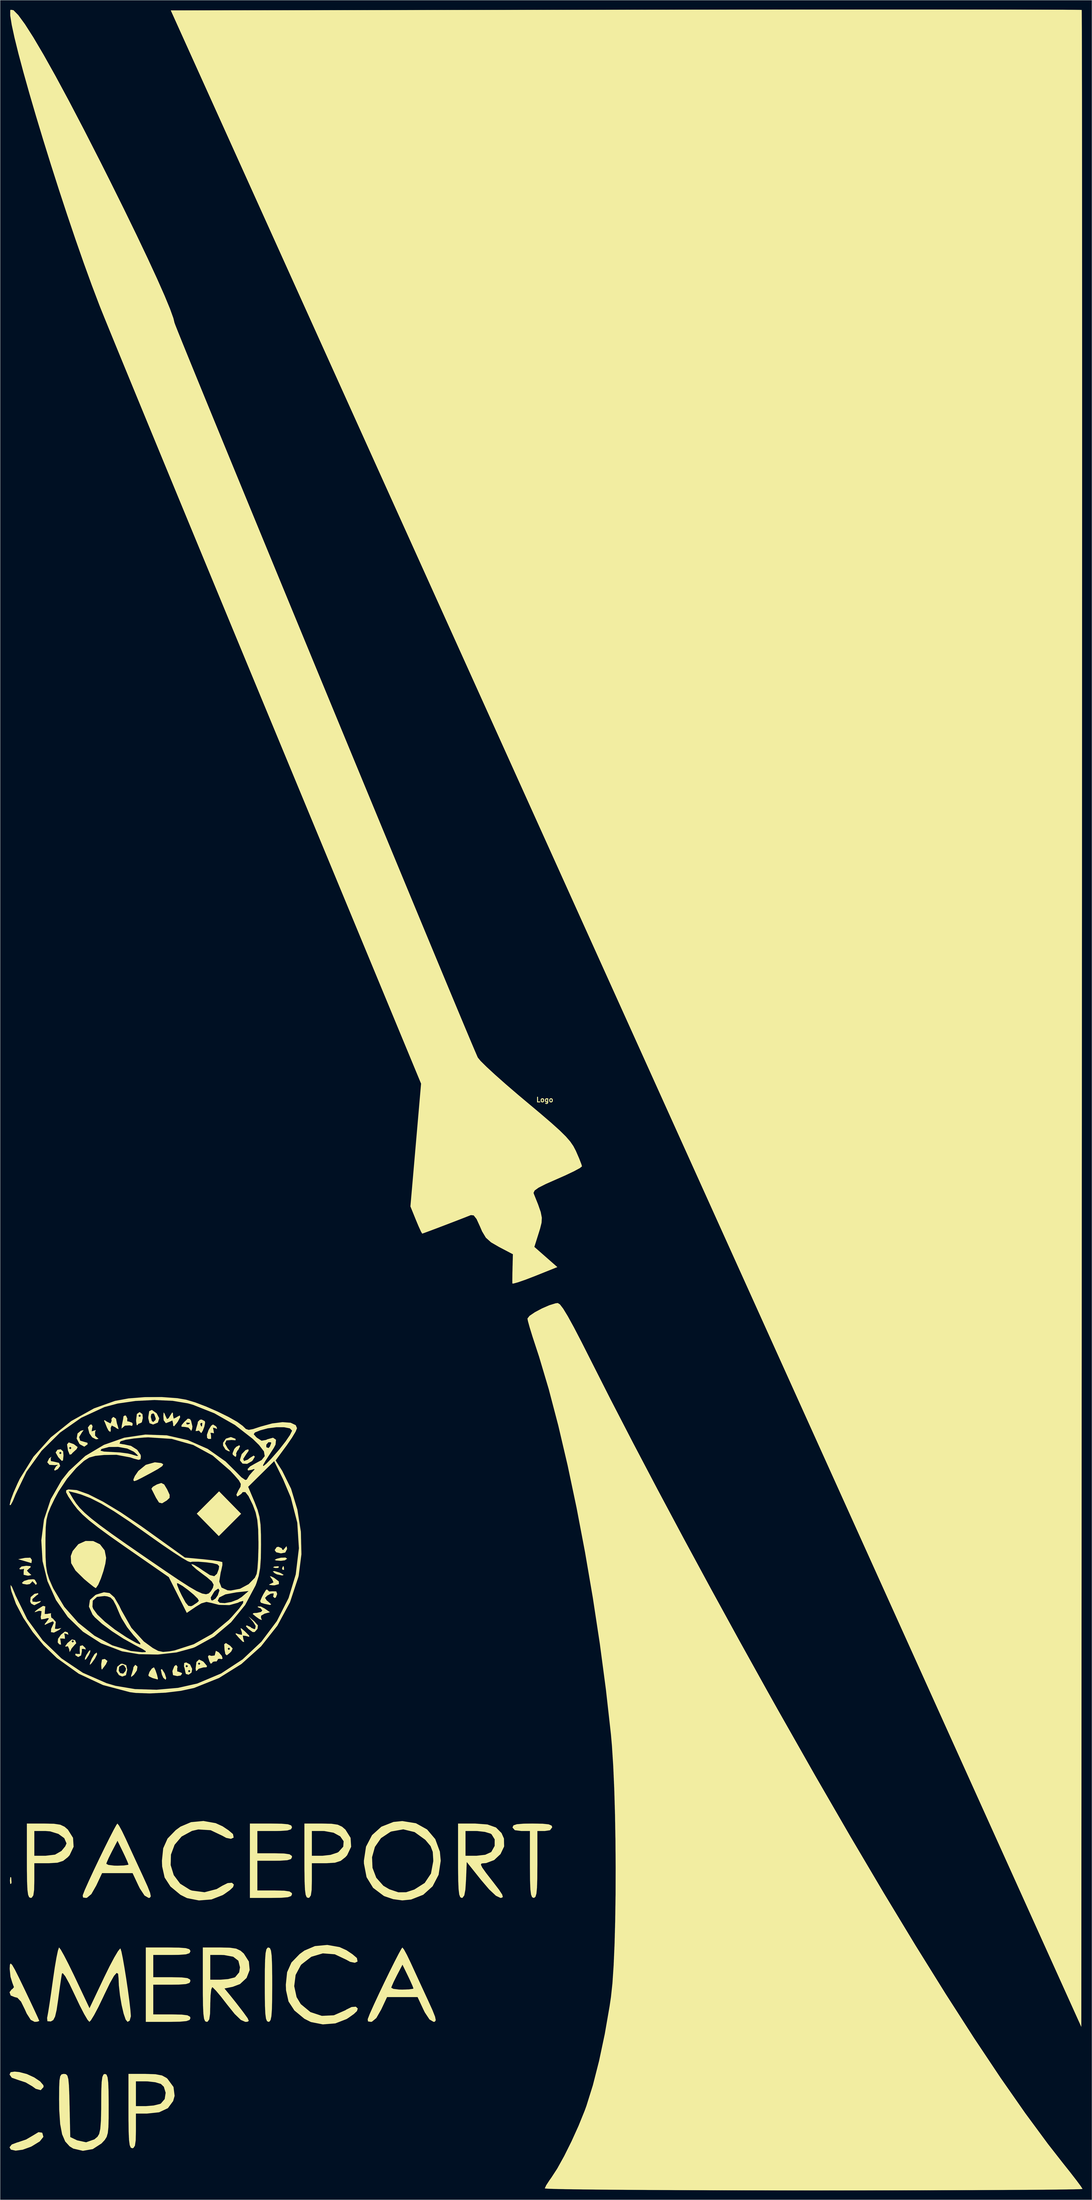
<source format=kicad_pcb>
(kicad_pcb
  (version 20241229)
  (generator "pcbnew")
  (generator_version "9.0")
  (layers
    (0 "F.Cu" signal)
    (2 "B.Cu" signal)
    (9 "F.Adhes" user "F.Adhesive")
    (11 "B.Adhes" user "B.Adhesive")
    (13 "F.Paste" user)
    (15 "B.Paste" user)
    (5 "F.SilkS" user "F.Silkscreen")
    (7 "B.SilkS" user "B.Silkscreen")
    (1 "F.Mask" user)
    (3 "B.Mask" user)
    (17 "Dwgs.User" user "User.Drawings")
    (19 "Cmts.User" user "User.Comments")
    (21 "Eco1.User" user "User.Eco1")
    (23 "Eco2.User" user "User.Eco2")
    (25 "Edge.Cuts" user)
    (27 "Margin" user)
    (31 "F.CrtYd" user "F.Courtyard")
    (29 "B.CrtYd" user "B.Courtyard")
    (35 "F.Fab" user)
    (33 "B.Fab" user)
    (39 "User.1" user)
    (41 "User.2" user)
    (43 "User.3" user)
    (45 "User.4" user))
  (footprint "Logo"
    (layer "F.Cu")
    (at 171.455 349.125)
    (property "Reference" "Logo" (at 0 0 0) (layer "F.SilkS") (effects (font (size 1.524 1.524) (thickness 0.3))))
    (attr through_hole)
    (fp_poly (pts (xy -170.924 249.039) (xy -170.819 250.664) (xy -170.924 251.023) (xy -171.214 251.123) (xy -171.325 250.031) (xy -171.2 248.904) (xy -170.924 249.039)) (stroke (width 0.01) (type solid)) (fill yes) (layer "F.SilkS"))
    (fp_poly (pts (xy -100.806 128.984) (xy -97.278 132.579) (xy -104.422 139.723) (xy -107.95 136.128) (xy -111.478 132.533) (xy -104.334 125.39) (xy -100.806 128.984)) (stroke (width 0.01) (type solid)) (fill yes) (layer "F.SilkS"))
    (fp_poly (pts (xy -85.146 149.539) (xy -85.383 149.9) (xy -86.188 149.956) (xy -87.035 149.762) (xy -86.668 149.477) (xy -85.427 149.382) (xy -85.146 149.539)) (stroke (width 0.01) (type solid)) (fill yes) (layer "F.SilkS"))
    (fp_poly (pts (xy -83.608 149.49) (xy -83.513 150.432) (xy -83.608 150.548) (xy -84.08 150.439) (xy -84.138 150.019) (xy -83.847 149.365) (xy -83.608 149.49)) (stroke (width 0.01) (type solid)) (fill yes) (layer "F.SilkS"))
    (fp_poly (pts (xy -164.306 147.351) (xy -164.422 148.287) (xy -164.505 148.352) (xy -165.325 148.101) (xy -166.688 147.705) (xy -168.672 147.137) (xy -166.489 146.703) (xy -164.795 146.64) (xy -164.306 147.351)) (stroke (width 0.01) (type solid)) (fill yes) (layer "F.SilkS"))
    (fp_poly (pts (xy -145.603 176.796) (xy -146.05 177.8) (xy -146.87 179.047) (xy -147.296 179.387) (xy -147.291 178.804) (xy -146.844 177.8) (xy -146.024 176.553) (xy -145.597 176.213) (xy -145.603 176.796)) (stroke (width 0.01) (type solid)) (fill yes) (layer "F.SilkS"))
    (fp_poly (pts (xy -121.831 183.557) (xy -121.709 183.811) (xy -121.258 185.207) (xy -121.465 185.738) (xy -122.204 185.082) (xy -122.653 184.09) (xy -122.982 182.498) (xy -122.647 182.302) (xy -121.831 183.557)) (stroke (width 0.01) (type solid)) (fill yes) (layer "F.SilkS"))
    (fp_poly (pts (xy -85.087 151.381) (xy -84.534 151.606) (xy -83.64 152.148) (xy -84.138 152.332) (xy -85.832 151.957) (xy -86.519 151.606) (xy -87.142 151.011) (xy -86.565 150.936) (xy -85.087 151.381)) (stroke (width 0.01) (type solid)) (fill yes) (layer "F.SilkS"))
    (fp_poly (pts (xy -82.55 146.954) (xy -83.23 147.468) (xy -84.534 147.637) (xy -86.028 147.533) (xy -86.519 147.333) (xy -85.845 146.976) (xy -84.534 146.649) (xy -83.059 146.595) (xy -82.55 146.954)) (stroke (width 0.01) (type solid)) (fill yes) (layer "F.SilkS"))
    (fp_poly (pts (xy -143.414 177.566) (xy -144.092 178.919) (xy -144.139 178.991) (xy -145.144 180.395) (xy -145.727 180.975) (xy -145.655 180.357) (xy -145.112 178.991) (xy -144.227 177.533) (xy -143.523 177.006) (xy -143.414 177.566)) (stroke (width 0.01) (type solid)) (fill yes) (layer "F.SilkS"))
    (fp_poly (pts (xy -140.87 179.108) (xy -140.09 179.713) (xy -140.582 180.785) (xy -140.646 180.869) (xy -141.554 182.079) (xy -141.857 182.496) (xy -142.02 182.074) (xy -142.081 180.735) (xy -141.839 179.251) (xy -140.997 179.063) (xy -140.87 179.108)) (stroke (width 0.01) (type solid)) (fill yes) (layer "F.SilkS"))
    (fp_poly (pts (xy -130.473 181.52) (xy -130.675 182.764) (xy -131.606 184.118) (xy -131.649 184.159) (xy -132.508 184.851) (xy -132.473 184.302) (xy -132.31 183.861) (xy -131.844 182.296) (xy -131.762 181.704) (xy -131.219 180.987) (xy -131.101 180.975) (xy -130.473 181.52)) (stroke (width 0.01) (type solid)) (fill yes) (layer "F.SilkS"))
    (fp_poly (pts (xy -125.157 181.792) (xy -124.717 182.669) (xy -124.236 184.07) (xy -123.932 185.285) (xy -123.97 185.645) (xy -124.85 185.393) (xy -125.611 185.19) (xy -126.78 184.632) (xy -126.988 184.29) (xy -126.615 183.204) (xy -125.861 182.136) (xy -125.212 181.753) (xy -125.157 181.792)) (stroke (width 0.01) (type solid)) (fill yes) (layer "F.SilkS"))
    (fp_poly (pts (xy -97.631 110.981) (xy -98.214 112.151) (xy -98.438 112.324) (xy -98.896 113.275) (xy -98.788 113.561) (xy -98.905 114.252) (xy -99.172 114.3) (xy -99.934 113.665) (xy -100.013 113.207) (xy -99.453 111.815) (xy -98.822 111.125) (xy -97.833 110.622) (xy -97.631 110.981)) (stroke (width 0.01) (type solid)) (fill yes) (layer "F.SilkS"))
    (fp_poly (pts (xy -117.638 181.555) (xy -117.758 182.156) (xy -117.732 183.071) (xy -117.347 183.148) (xy -116.307 183.533) (xy -116.185 183.753) (xy -116.611 184.359) (xy -117.724 184.547) (xy -119.075 184.249) (xy -119.27 183.062) (xy -119.219 182.761) (xy -118.656 181.367) (xy -118.091 180.975) (xy -117.638 181.555)) (stroke (width 0.01) (type solid)) (fill yes) (layer "F.SilkS"))
    (fp_poly (pts (xy -87.554 152.662) (xy -86.717 153.092) (xy -85.203 154.234) (xy -85.167 155.103) (xy -86.573 155.487) (xy -87.114 155.483) (xy -88.346 155.333) (xy -88.019 155.062) (xy -87.866 155.02) (xy -86.905 154.536) (xy -87.295 153.611) (xy -87.469 153.394) (xy -88.057 152.572) (xy -87.554 152.662)) (stroke (width 0.01) (type solid)) (fill yes) (layer "F.SilkS"))
    (fp_poly (pts (xy -82.565 143.689) (xy -82.562 143.867) (xy -83.141 144.988) (xy -84.534 145.256) (xy -86.053 144.892) (xy -86.519 144.198) (xy -85.881 143.261) (xy -85.328 143.14) (xy -84.265 143.604) (xy -84.125 143.999) (xy -83.79 144.197) (xy -83.344 143.669) (xy -82.729 142.939) (xy -82.565 143.689)) (stroke (width 0.01) (type solid)) (fill yes) (layer "F.SilkS"))
    (fp_poly (pts (xy -163.375 153.676) (xy -162.754 154.744) (xy -162.731 155.027) (xy -163.041 155.34) (xy -163.512 154.781) (xy -164.146 154.158) (xy -164.294 154.413) (xy -164.97 155.081) (xy -165.894 155.235) (xy -167.185 155.012) (xy -167.481 154.704) (xy -166.819 154.102) (xy -165.358 153.646) (xy -163.886 153.532) (xy -163.375 153.676)) (stroke (width 0.01) (type solid)) (fill yes) (layer "F.SilkS"))
    (fp_poly (pts (xy -148.134 106.373) (xy -148.233 106.474) (xy -149.159 108.013) (xy -148.819 109.165) (xy -147.591 109.537) (xy -146.493 109.843) (xy -146.447 110.331) (xy -147.505 111.083) (xy -148.904 110.33) (xy -149.066 110.172) (xy -149.948 108.493) (xy -149.661 106.856) (xy -148.63 106.004) (xy -147.724 105.771) (xy -148.134 106.373)) (stroke (width 0.01) (type solid)) (fill yes) (layer "F.SilkS"))
    (fp_poly (pts (xy -147.165 175.541) (xy -147.067 176.081) (xy -147.568 175.859) (xy -148.283 175.836) (xy -148.286 176.646) (xy -148.536 177.944) (xy -149.449 178.451) (xy -150.384 177.851) (xy -150.308 177.348) (xy -149.721 177.475) (xy -148.901 177.459) (xy -148.979 176.275) (xy -148.898 174.921) (xy -148.06 174.689) (xy -147.165 175.541)) (stroke (width 0.01) (type solid)) (fill yes) (layer "F.SilkS"))
    (fp_poly (pts (xy -99.074 108.571) (xy -99.044 109.045) (xy -100.349 108.95) (xy -101.971 109.085) (xy -102.432 110.084) (xy -101.597 111.598) (xy -101.441 111.76) (xy -100.812 112.591) (xy -101.388 112.515) (xy -102.273 112.01) (xy -103.043 110.753) (xy -103.058 109.848) (xy -102.141 108.513) (xy -100.551 108.008) (xy -99.074 108.571)) (stroke (width 0.01) (type solid)) (fill yes) (layer "F.SilkS"))
    (fp_poly (pts (xy -168.312 311.362) (xy -165.924 311.983) (xy -163.562 313.066) (xy -161.647 314.352) (xy -160.6 315.582) (xy -160.547 316.143) (xy -161.459 317.147) (xy -163.05 316.716) (xy -164.164 315.91) (xy -166.283 314.668) (xy -168.729 313.865) (xy -170.73 313.161) (xy -171.45 312.148) (xy -171.102 311.393) (xy -169.817 311.213) (xy -168.312 311.362)) (stroke (width 0.01) (type solid)) (fill yes) (layer "F.SilkS"))
    (fp_poly (pts (xy -162.231 158.312) (xy -162.917 158.814) (xy -164.143 159.902) (xy -164.099 160.703) (xy -162.868 160.82) (xy -162.52 160.736) (xy -161.392 160.497) (xy -161.646 160.865) (xy -161.925 161.067) (xy -163.532 161.851) (xy -164.516 161.325) (xy -164.844 160.654) (xy -164.676 159.258) (xy -163.45 158.219) (xy -162.322 157.993) (xy -162.231 158.312)) (stroke (width 0.01) (type solid)) (fill yes) (layer "F.SilkS"))
    (fp_poly (pts (xy -144.846 104.577) (xy -145.019 105.302) (xy -145.152 106.193) (xy -144.475 105.973) (xy -143.802 105.75) (xy -144.045 106.329) (xy -144.045 107.559) (xy -143.572 108.027) (xy -142.94 108.593) (xy -143.74 108.732) (xy -144.984 108.09) (xy -145.869 106.839) (xy -146.352 104.947) (xy -145.661 104.047) (xy -145.149 103.981) (xy -144.846 104.577)) (stroke (width 0.01) (type solid)) (fill yes) (layer "F.SilkS"))
    (fp_poly (pts (xy -122.854 116.341) (xy -122.218 116.721) (xy -122.518 117.306) (xy -123.929 118.259) (xy -126.258 119.548) (xy -129.008 121.011) (xy -130.645 121.834) (xy -131.457 122.123) (xy -131.733 121.982) (xy -131.762 121.551) (xy -131.314 120.501) (xy -130.229 118.915) (xy -130.188 118.862) (xy -127.801 116.904) (xy -124.914 116.096) (xy -122.854 116.341)) (stroke (width 0.01) (type solid)) (fill yes) (layer "F.SilkS"))
    (fp_poly (pts (xy -121.918 123.188) (xy -120.963 124.781) (xy -120.167 126.507) (xy -120.186 127.471) (xy -121.046 128.288) (xy -121.105 128.332) (xy -122.595 129.225) (xy -123.567 128.985) (xy -124.538 127.447) (xy -124.664 127.198) (xy -125.513 125.514) (xy -126.003 124.557) (xy -125.557 123.941) (xy -124.252 123.189) (xy -122.84 122.724) (xy -121.918 123.188)) (stroke (width 0.01) (type solid)) (fill yes) (layer "F.SilkS"))
    (fp_poly (pts (xy -161.061 330.758) (xy -160.95 330.858) (xy -160.612 332.097) (xy -161.757 333.547) (xy -164.307 335.115) (xy -164.661 335.286) (xy -167.247 336.217) (xy -169.5 336.519) (xy -171.024 336.181) (xy -171.45 335.448) (xy -170.744 334.559) (xy -168.974 333.884) (xy -168.752 333.839) (xy -166.154 332.96) (xy -163.933 331.664) (xy -162.187 330.603) (xy -161.061 330.758)) (stroke (width 0.01) (type solid)) (fill yes) (layer "F.SilkS"))
    (fp_poly (pts (xy -154.283 112.599) (xy -154.17 113.903) (xy -154.328 115.474) (xy -154.71 115.64) (xy -155.754 114.541) (xy -155.851 114.434) (xy -156.596 113.109) (xy -155.575 113.109) (xy -155.178 113.506) (xy -154.781 113.109) (xy -155.178 112.713) (xy -155.575 113.109) (xy -156.596 113.109) (xy -156.681 112.959) (xy -156.103 112.083) (xy -155.055 111.919) (xy -154.283 112.599)) (stroke (width 0.01) (type solid)) (fill yes) (layer "F.SilkS"))
    (fp_poly (pts (xy -152.881 170.539) (xy -152.771 170.699) (xy -152.592 171.316) (xy -153.206 171.046) (xy -153.922 170.868) (xy -153.766 171.676) (xy -153.707 172.591) (xy -154.434 172.512) (xy -155.236 172.526) (xy -155.102 173.346) (xy -154.947 174.494) (xy -155.546 174.369) (xy -156.021 173.751) (xy -155.917 172.623) (xy -154.974 171.29) (xy -153.679 170.288) (xy -152.881 170.539)) (stroke (width 0.01) (type solid)) (fill yes) (layer "F.SilkS"))
    (fp_poly (pts (xy -158.284 114.895) (xy -158.2 115.71) (xy -157.256 115.888) (xy -155.593 116.282) (xy -155.221 117.262) (xy -155.981 118.276) (xy -156.956 118.765) (xy -157.162 118.432) (xy -156.549 117.379) (xy -156.17 117.135) (xy -156.027 116.895) (xy -156.963 116.995) (xy -158.665 116.902) (xy -159.362 116.075) (xy -158.767 114.867) (xy -158.723 114.826) (xy -158.048 114.312) (xy -158.284 114.895)) (stroke (width 0.01) (type solid)) (fill yes) (layer "F.SilkS"))
    (fp_poly (pts (xy -134.131 101.211) (xy -133.681 102.175) (xy -133.793 102.468) (xy -133.671 103.029) (xy -133.31 103.009) (xy -132.213 103.412) (xy -131.994 103.783) (xy -132.165 104.427) (xy -132.967 104.263) (xy -134.505 104.356) (xy -135.086 104.858) (xy -135.571 105.291) (xy -135.491 104.332) (xy -135.414 103.981) (xy -135.062 102.233) (xy -134.948 101.355) (xy -134.438 101.07) (xy -134.131 101.211)) (stroke (width 0.01) (type solid)) (fill yes) (layer "F.SilkS"))
    (fp_poly (pts (xy -105.35 104.558) (xy -105.096 104.898) (xy -104.995 105.433) (xy -105.581 105.164) (xy -106.289 104.986) (xy -106.11 105.877) (xy -105.978 106.807) (xy -106.506 106.67) (xy -107.094 106.644) (xy -106.919 107.423) (xy -106.889 108.584) (xy -107.719 108.618) (xy -108.161 108.268) (xy -108.222 107.279) (xy -107.69 105.743) (xy -106.89 104.406) (xy -106.282 103.981) (xy -105.35 104.558)) (stroke (width 0.01) (type solid)) (fill yes) (layer "F.SilkS"))
    (fp_poly (pts (xy -100.785 174.84) (xy -100.774 174.849) (xy -99.987 175.719) (xy -100.397 176.616) (xy -100.894 177.126) (xy -101.858 177.906) (xy -102.32 177.494) (xy -102.575 176.134) (xy -102.594 175.816) (xy -101.6 175.816) (xy -101.203 176.213) (xy -100.806 175.816) (xy -101.203 175.419) (xy -101.6 175.816) (xy -102.594 175.816) (xy -102.683 174.359) (xy -102.149 173.971) (xy -100.785 174.84)) (stroke (width 0.01) (type solid)) (fill yes) (layer "F.SilkS"))
    (fp_poly (pts (xy -94.863 112.403) (xy -95.651 113.511) (xy -96.607 115.013) (xy -96.349 115.683) (xy -95.149 115.25) (xy -94.461 114.701) (xy -93.236 113.936) (xy -92.866 114.293) (xy -93.554 115.446) (xy -93.821 115.729) (xy -95.35 116.593) (xy -96.809 116.507) (xy -97.604 115.545) (xy -97.631 115.252) (xy -97.093 113.488) (xy -95.846 112.188) (xy -94.968 111.919) (xy -94.863 112.403)) (stroke (width 0.01) (type solid)) (fill yes) (layer "F.SilkS"))
    (fp_poly (pts (xy -93.07 167.006) (xy -91.899 168.31) (xy -92.008 169.361) (xy -92.175 169.586) (xy -92.933 170.442) (xy -93.563 170.455) (xy -94.756 169.6) (xy -94.9 169.491) (xy -95.727 168.624) (xy -95.495 168.3) (xy -94.226 168.86) (xy -94.051 169.082) (xy -93.068 169.519) (xy -92.762 169.4) (xy -92.608 168.504) (xy -93.412 167.204) (xy -94.853 165.497) (xy -93.07 167.006)) (stroke (width 0.01) (type solid)) (fill yes) (layer "F.SilkS"))
    (fp_poly (pts (xy -164.703 149.355) (xy -164.739 149.767) (xy -165.1 150.031) (xy -165.892 150.778) (xy -165.259 151.488) (xy -165.1 151.594) (xy -164.467 152.184) (xy -165.246 152.379) (xy -165.67 152.388) (xy -166.934 152.108) (xy -166.925 151.08) (xy -166.925 151.079) (xy -166.813 150.183) (xy -167.346 150.332) (xy -168.171 150.387) (xy -168.275 150.066) (xy -167.591 149.46) (xy -166.092 149.237) (xy -164.703 149.355)) (stroke (width 0.01) (type solid)) (fill yes) (layer "F.SilkS"))
    (fp_poly (pts (xy -150.986 110.24) (xy -150.773 110.352) (xy -149.647 111.208) (xy -149.969 111.887) (xy -150.005 111.91) (xy -151.337 113.129) (xy -151.595 113.488) (xy -152.18 113.648) (xy -152.731 112.297) (xy -152.848 111.522) (xy -152.4 111.522) (xy -152.003 111.919) (xy -151.606 111.522) (xy -152.003 111.125) (xy -152.4 111.522) (xy -152.848 111.522) (xy -153.022 110.366) (xy -152.488 109.726) (xy -150.986 110.24)) (stroke (width 0.01) (type solid)) (fill yes) (layer "F.SilkS"))
    (fp_poly (pts (xy -109.438 179.875) (xy -109.158 180.162) (xy -108.194 181.322) (xy -108.361 181.723) (xy -109.348 181.769) (xy -110.862 182.191) (xy -111.393 182.761) (xy -111.724 182.939) (xy -111.844 182.166) (xy -111.65 180.578) (xy -111.125 180.578) (xy -110.728 180.975) (xy -110.331 180.578) (xy -110.728 180.181) (xy -111.125 180.578) (xy -111.65 180.578) (xy -111.585 180.045) (xy -110.732 179.244) (xy -109.438 179.875)) (stroke (width 0.01) (type solid)) (fill yes) (layer "F.SilkS"))
    (fp_poly (pts (xy -90.939 162.279) (xy -89.713 162.934) (xy -88.042 164.104) (xy -89.741 164.549) (xy -90.867 165.206) (xy -90.917 165.84) (xy -90.63 166.616) (xy -91.42 166.303) (xy -92.519 165.522) (xy -93.561 164.651) (xy -93.252 164.368) (xy -92.273 164.331) (xy -90.879 164.012) (xy -90.487 163.512) (xy -91.108 162.764) (xy -91.414 162.719) (xy -91.974 162.425) (xy -91.862 162.241) (xy -90.939 162.279)) (stroke (width 0.01) (type solid)) (fill yes) (layer "F.SilkS"))
    (fp_poly (pts (xy -144.644 141.316) (xy -142.479 142.351) (xy -140.977 144.305) (xy -140.511 146.69) (xy -140.76 148.544) (xy -141.375 150.918) (xy -142.19 153.327) (xy -143.034 155.287) (xy -143.74 156.314) (xy -143.884 156.369) (xy -144.596 155.896) (xy -146.127 154.677) (xy -147.559 153.474) (xy -150.321 150.752) (xy -151.713 148.384) (xy -151.835 146.125) (xy -151.236 144.514) (xy -149.41 142.319) (xy -147.083 141.28) (xy -144.644 141.316)) (stroke (width 0.01) (type solid)) (fill yes) (layer "F.SilkS"))
    (fp_poly (pts (xy -128.877 100.673) (xy -128.765 101.94) (xy -129.074 103.268) (xy -129.482 103.522) (xy -130.221 103.788) (xy -130.441 104.175) (xy -130.722 104.188) (xy -130.894 102.933) (xy -130.906 102.592) (xy -130.738 101.203) (xy -130.175 101.203) (xy -129.778 101.6) (xy -129.381 101.203) (xy -129.778 100.806) (xy -130.175 101.203) (xy -130.738 101.203) (xy -130.67 100.635) (xy -129.79 100.013) (xy -129.787 100.013) (xy -128.877 100.673)) (stroke (width 0.01) (type solid)) (fill yes) (layer "F.SilkS"))
    (fp_poly (pts (xy -97.087 169.344) (xy -96.078 170.228) (xy -94.739 171.546) (xy -94.647 172) (xy -95.782 171.685) (xy -95.785 171.684) (xy -96.727 171.583) (xy -96.603 172.503) (xy -96.287 173.64) (xy -96.74 173.549) (xy -98.057 172.212) (xy -98.059 172.21) (xy -99.039 171.073) (xy -98.939 170.845) (xy -98.044 171.157) (xy -96.99 171.354) (xy -97.044 170.479) (xy -97.131 170.243) (xy -97.457 169.252) (xy -97.087 169.344)) (stroke (width 0.01) (type solid)) (fill yes) (layer "F.SilkS"))
    (fp_poly (pts (xy -134.071 181.067) (xy -133.747 182.496) (xy -134.169 184.272) (xy -135.348 184.695) (xy -136.405 184.24) (xy -137.217 182.999) (xy -137.183 182.819) (xy -136.471 182.819) (xy -136.017 183.599) (xy -135.046 183.784) (xy -134.276 182.876) (xy -134.144 182.119) (xy -134.78 181.107) (xy -135.334 180.975) (xy -136.333 181.567) (xy -136.471 182.819) (xy -137.183 182.819) (xy -136.949 181.56) (xy -135.812 180.643) (xy -135.324 180.578) (xy -134.071 181.067)) (stroke (width 0.01) (type solid)) (fill yes) (layer "F.SilkS"))
    (fp_poly (pts (xy -104.486 176.918) (xy -104.378 177.006) (xy -103.47 178.069) (xy -103.199 178.949) (xy -103.663 179.149) (xy -103.981 178.991) (xy -104.712 179.08) (xy -104.775 179.387) (xy -105.237 179.928) (xy -105.501 179.826) (xy -106.357 179.99) (xy -106.546 180.335) (xy -107.002 180.597) (xy -107.407 179.878) (xy -107.895 178.305) (xy -107.573 177.862) (xy -106.759 178.087) (xy -105.742 177.955) (xy -105.569 177.281) (xy -105.358 176.459) (xy -104.486 176.918)) (stroke (width 0.01) (type solid)) (fill yes) (layer "F.SilkS"))
    (fp_poly (pts (xy -150.481 173.052) (xy -150.079 174.025) (xy -150.502 174.46) (xy -151.556 175.669) (xy -151.821 176.213) (xy -152.193 176.857) (xy -152.337 175.977) (xy -152.337 175.967) (xy -152.762 174.985) (xy -153.392 175.111) (xy -153.655 175.035) (xy -152.958 174.067) (xy -152.855 173.949) (xy -152.233 173.434) (xy -151.606 173.434) (xy -151.209 173.831) (xy -150.812 173.434) (xy -151.209 173.037) (xy -151.606 173.434) (xy -152.233 173.434) (xy -151.479 172.811) (xy -150.481 173.052)) (stroke (width 0.01) (type solid)) (fill yes) (layer "F.SilkS"))
    (fp_poly (pts (xy -113.663 102.24) (xy -113.303 102.786) (xy -112.878 104.613) (xy -112.964 105.395) (xy -113.292 106.088) (xy -113.414 105.767) (xy -114.163 104.979) (xy -115.217 104.775) (xy -116.376 104.694) (xy -116.342 104.183) (xy -115.716 103.452) (xy -114.829 103.452) (xy -114.72 103.924) (xy -114.3 103.981) (xy -113.647 103.691) (xy -113.771 103.452) (xy -114.713 103.357) (xy -114.829 103.452) (xy -115.716 103.452) (xy -115.464 103.158) (xy -114.339 102.105) (xy -113.663 102.24)) (stroke (width 0.01) (type solid)) (fill yes) (layer "F.SilkS"))
    (fp_poly (pts (xy -137.341 102.156) (xy -137.319 102.329) (xy -137.062 103.631) (xy -136.773 104.512) (xy -136.511 105.49) (xy -137.099 105.246) (xy -137.567 104.876) (xy -138.71 104.307) (xy -139.065 105.115) (xy -139 105.767) (xy -139.159 106.389) (xy -139.744 105.943) (xy -140.244 104.973) (xy -140.894 103.355) (xy -141.165 102.791) (xy -141.014 102.572) (xy -140.249 103.086) (xy -139.104 103.656) (xy -138.747 102.849) (xy -138.812 102.195) (xy -138.307 101.619) (xy -138.113 101.6) (xy -137.341 102.156)) (stroke (width 0.01) (type solid)) (fill yes) (layer "F.SilkS"))
    (fp_poly (pts (xy -124.357 100.388) (xy -124.312 100.432) (xy -123.504 102.005) (xy -123.939 103.372) (xy -125.43 103.98) (xy -125.497 103.981) (xy -126.608 103.565) (xy -126.99 102.071) (xy -127 101.6) (xy -126.993 101.553) (xy -126.206 101.553) (xy -125.882 102.868) (xy -125.412 103.188) (xy -124.701 102.548) (xy -124.619 102.044) (xy -125.103 100.692) (xy -125.412 100.409) (xy -126.037 100.652) (xy -126.206 101.553) (xy -126.993 101.553) (xy -126.716 99.727) (xy -125.845 99.327) (xy -124.357 100.388)) (stroke (width 0.01) (type solid)) (fill yes) (layer "F.SilkS"))
    (fp_poly (pts (xy -108.913 102.922) (xy -108.8 103.386) (xy -109.059 104.682) (xy -109.55 105.97) (xy -110.035 106.743) (xy -110.275 106.514) (xy -110.812 105.896) (xy -111.26 106.049) (xy -111.85 106.088) (xy -111.657 105.237) (xy -111.286 103.981) (xy -110.331 103.981) (xy -110.041 104.635) (xy -109.802 104.51) (xy -109.707 103.568) (xy -109.802 103.452) (xy -110.274 103.561) (xy -110.331 103.981) (xy -111.286 103.981) (xy -111.199 103.685) (xy -111.125 103.123) (xy -110.481 102.476) (xy -109.934 102.394) (xy -108.913 102.922)) (stroke (width 0.01) (type solid)) (fill yes) (layer "F.SilkS"))
    (fp_poly (pts (xy -119.111 100.405) (xy -119.087 101.102) (xy -118.871 102.104) (xy -118.035 101.732) (xy -117.872 101.6) (xy -116.915 101.084) (xy -116.8 101.644) (xy -117.521 103.014) (xy -117.897 103.538) (xy -118.762 104.571) (xy -119.041 104.336) (xy -119.062 103.639) (xy -119.296 102.682) (xy -120.128 103.083) (xy -121.376 103.565) (xy -122.078 102.625) (xy -122.182 101.269) (xy -122.091 100.109) (xy -121.791 100.489) (xy -121.519 101.168) (xy -121 102.263) (xy -120.502 101.981) (xy -120.011 101.168) (xy -119.326 100.102) (xy -119.111 100.405)) (stroke (width 0.01) (type solid)) (fill yes) (layer "F.SilkS"))
    (fp_poly (pts (xy -113.624 180.836) (xy -112.96 182.256) (xy -113.154 183.428) (xy -114.088 184.102) (xy -114.949 183.872) (xy -115.094 183.421) (xy -115.185 182.959) (xy -114.3 182.959) (xy -113.903 183.356) (xy -113.506 182.959) (xy -113.903 182.562) (xy -114.3 182.959) (xy -115.185 182.959) (xy -115.356 182.091) (xy -115.576 181.437) (xy -115.571 181.372) (xy -115.094 181.372) (xy -114.697 181.769) (xy -114.3 181.372) (xy -114.697 180.975) (xy -115.094 181.372) (xy -115.571 181.372) (xy -115.506 180.368) (xy -114.867 180.181) (xy -113.624 180.836)) (stroke (width 0.01) (type solid)) (fill yes) (layer "F.SilkS"))
    (fp_poly (pts (xy -88.037 271.678) (xy -87.708 272.473) (xy -87.493 274.068) (xy -87.371 276.683) (xy -87.319 280.539) (xy -87.312 283.369) (xy -87.334 288.029) (xy -87.414 291.322) (xy -87.573 293.47) (xy -87.835 294.692) (xy -88.22 295.21) (xy -88.503 295.275) (xy -88.969 295.059) (xy -89.298 294.264) (xy -89.513 292.669) (xy -89.635 290.054) (xy -89.687 286.198) (xy -89.694 283.369) (xy -89.672 278.709) (xy -89.593 275.415) (xy -89.433 273.268) (xy -89.172 272.045) (xy -88.786 271.527) (xy -88.503 271.462) (xy -88.037 271.678)) (stroke (width 0.01) (type solid)) (fill yes) (layer "F.SilkS"))
    (fp_poly (pts (xy -88.905 156.89) (xy -88.273 157.469) (xy -87.312 157.392) (xy -86.012 157.445) (xy -85.725 158.261) (xy -86.15 159.375) (xy -86.566 159.544) (xy -87.04 159.057) (xy -86.916 158.75) (xy -86.848 158.049) (xy -87.777 158.165) (xy -88.9 158.777) (xy -89.613 159.511) (xy -89.085 160.321) (xy -88.55 160.749) (xy -87.639 161.578) (xy -88.011 161.782) (xy -89.771 161.409) (xy -89.892 161.378) (xy -90.92 161.059) (xy -91.161 160.528) (xy -90.647 159.306) (xy -90.096 158.245) (xy -89.306 156.968) (xy -88.914 156.795) (xy -88.905 156.89)) (stroke (width 0.01) (type solid)) (fill yes) (layer "F.SilkS"))
    (fp_poly (pts (xy -170.605 277.056) (xy -169.746 278.537) (xy -168.42 281.172) (xy -166.635 284.87) (xy -164.923 288.465) (xy -163.489 291.513) (xy -162.458 293.746) (xy -161.955 294.897) (xy -161.925 294.99) (xy -162.589 295.227) (xy -163.407 295.275) (xy -164.661 294.633) (xy -165.952 292.613) (xy -166.538 291.306) (xy -167.774 288.79) (xy -168.926 287.567) (xy -169.819 287.337) (xy -171.075 286.836) (xy -171.448 285.785) (xy -170.746 284.868) (xy -170.542 284.786) (xy -170.032 284.166) (xy -170.542 282.788) (xy -171.139 280.854) (xy -171.398 278.37) (xy -171.397 278.063) (xy -171.327 276.966) (xy -171.097 276.582) (xy -170.605 277.056)) (stroke (width 0.01) (type solid)) (fill yes) (layer "F.SilkS"))
    (fp_poly (pts (xy -0.711 231.831) (xy 1.245 232.035) (xy 2.179 232.438) (xy 2.381 232.966) (xy 1.671 233.911) (xy 0 234.156) (xy -2.381 234.156) (xy -2.381 244.872) (xy -2.406 249.262) (xy -2.499 252.297) (xy -2.684 254.207) (xy -2.989 255.223) (xy -3.437 255.576) (xy -3.572 255.588) (xy -4.06 255.361) (xy -4.397 254.529) (xy -4.609 252.86) (xy -4.722 250.122) (xy -4.761 246.085) (xy -4.763 244.872) (xy -4.763 234.156) (xy -7.541 234.156) (xy -9.595 233.898) (xy -10.314 233.074) (xy -10.319 232.966) (xy -10.02 232.355) (xy -8.934 231.988) (xy -6.781 231.813) (xy -3.969 231.775) (xy -0.711 231.831)) (stroke (width 0.01) (type solid)) (fill yes) (layer "F.SilkS"))
    (fp_poly (pts (xy -84.336 231.826) (xy -82.272 232.011) (xy -81.239 232.379) (xy -80.963 232.966) (xy -81.289 233.613) (xy -82.464 233.983) (xy -84.779 234.139) (xy -86.519 234.156) (xy -92.075 234.156) (xy -92.075 241.3) (xy -86.519 241.3) (xy -83.5 241.37) (xy -81.772 241.622) (xy -81.044 242.118) (xy -80.963 242.491) (xy -81.289 243.138) (xy -82.464 243.508) (xy -84.779 243.664) (xy -86.519 243.681) (xy -92.075 243.681) (xy -92.075 253.206) (xy -86.519 253.206) (xy -83.5 253.276) (xy -81.772 253.528) (xy -81.044 254.024) (xy -80.963 254.397) (xy -81.251 254.992) (xy -82.299 255.356) (xy -84.385 255.539) (xy -87.709 255.588) (xy -94.456 255.588) (xy -94.456 231.775) (xy -87.709 231.775) (xy -84.336 231.826)) (stroke (width 0.01) (type solid)) (fill yes) (layer "F.SilkS"))
    (fp_poly (pts (xy -117.165 271.509) (xy -114.994 271.678) (xy -113.866 272.016) (xy -113.51 272.567) (xy -113.506 272.653) (xy -113.818 273.281) (xy -114.945 273.65) (xy -117.174 273.816) (xy -119.459 273.844) (xy -125.412 273.844) (xy -125.412 280.988) (xy -119.459 280.988) (xy -116.319 281.05) (xy -114.476 281.275) (xy -113.643 281.721) (xy -113.506 282.178) (xy -113.818 282.806) (xy -114.945 283.175) (xy -117.174 283.341) (xy -119.459 283.369) (xy -125.412 283.369) (xy -125.412 292.894) (xy -119.459 292.894) (xy -116.319 292.956) (xy -114.476 293.182) (xy -113.643 293.627) (xy -113.506 294.084) (xy -113.785 294.665) (xy -114.801 295.027) (xy -116.826 295.215) (xy -120.131 295.274) (xy -120.65 295.275) (xy -127.794 295.275) (xy -127.794 271.462) (xy -120.65 271.462) (xy -117.165 271.509)) (stroke (width 0.01) (type solid)) (fill yes) (layer "F.SilkS"))
    (fp_poly (pts (xy -124.724 312.052) (xy -122.624 312.445) (xy -121.188 313.222) (xy -120.862 313.504) (xy -118.934 316.132) (xy -118.576 318.973) (xy -119.044 320.631) (xy -120.725 322.911) (xy -123.537 324.232) (xy -127.434 324.644) (xy -130.969 324.644) (xy -130.969 330.2) (xy -131.039 333.219) (xy -131.291 334.947) (xy -131.787 335.675) (xy -132.159 335.756) (xy -132.625 335.54) (xy -132.955 334.745) (xy -133.169 333.151) (xy -133.292 330.536) (xy -133.344 326.68) (xy -133.35 323.85) (xy -133.35 314.325) (xy -130.969 314.325) (xy -130.969 322.262) (xy -127.742 322.262) (xy -125.269 322.063) (xy -123.264 321.571) (xy -122.979 321.441) (xy -121.753 320.008) (xy -121.436 317.977) (xy -122.027 316.053) (xy -122.979 315.147) (xy -124.761 314.612) (xy -127.21 314.335) (xy -127.742 314.325) (xy -130.969 314.325) (xy -133.35 314.325) (xy -133.35 311.944) (xy -127.943 311.944) (xy -124.724 312.052)) (stroke (width 0.01) (type solid)) (fill yes) (layer "F.SilkS"))
    (fp_poly (pts (xy -159.993 162.256) (xy -160.111 163.524) (xy -160.186 164.665) (xy -159.302 164.65) (xy -159.112 164.58) (xy -158.138 164.431) (xy -158.218 164.882) (xy -158.073 165.827) (xy -157.5 166.204) (xy -156.634 167.223) (xy -156.763 168.266) (xy -156.904 169.41) (xy -156.033 169.45) (xy -155.825 169.386) (xy -154.891 169.156) (xy -155.361 169.619) (xy -155.575 169.775) (xy -157.237 170.629) (xy -158.181 170.475) (xy -158.116 169.391) (xy -157.984 169.121) (xy -157.254 167.484) (xy -157.535 167.006) (xy -158.906 167.561) (xy -158.948 167.583) (xy -160.165 168.174) (xy -160.153 167.86) (xy -159.55 167.1) (xy -158.814 166.077) (xy -159.294 165.978) (xy -160.08 166.209) (xy -161.313 166.405) (xy -161.47 165.581) (xy -161.335 164.999) (xy -161.198 163.75) (xy -161.972 163.643) (xy -162.393 163.777) (xy -163.424 164.099) (xy -163.202 163.775) (xy -162.369 163.118) (xy -160.709 162.068) (xy -159.993 162.256)) (stroke (width 0.01) (type solid)) (fill yes) (layer "F.SilkS"))
    (fp_poly (pts (xy -157.212 231.846) (xy -155.218 232.144) (xy -153.831 232.795) (xy -152.761 233.723) (xy -151.113 236.346) (xy -150.931 239.203) (xy -152.216 241.919) (xy -152.761 242.527) (xy -154.275 243.721) (xy -156.1 244.308) (xy -158.845 244.474) (xy -159.111 244.475) (xy -163.512 244.475) (xy -163.512 250.031) (xy -163.583 253.05) (xy -163.834 254.778) (xy -164.33 255.506) (xy -164.703 255.588) (xy -165.169 255.372) (xy -165.498 254.577) (xy -165.713 252.982) (xy -165.835 250.367) (xy -165.887 246.511) (xy -165.894 243.681) (xy -165.894 234.156) (xy -163.512 234.156) (xy -163.512 242.094) (xy -159.941 242.094) (xy -156.876 241.731) (xy -154.833 240.557) (xy -154.781 240.506) (xy -153.616 239.085) (xy -153.194 238.125) (xy -153.917 236.451) (xy -155.803 235.085) (xy -158.432 234.275) (xy -159.941 234.156) (xy -163.512 234.156) (xy -165.894 234.156) (xy -165.894 231.775) (xy -160.301 231.775) (xy -157.212 231.846)) (stroke (width 0.01) (type solid)) (fill yes) (layer "F.SilkS"))
    (fp_poly (pts (xy -68.312 231.846) (xy -66.318 232.144) (xy -64.931 232.795) (xy -63.861 233.723) (xy -62.213 236.346) (xy -62.031 239.203) (xy -63.316 241.919) (xy -63.861 242.527) (xy -65.375 243.721) (xy -67.2 244.308) (xy -69.945 244.474) (xy -70.211 244.475) (xy -74.612 244.475) (xy -74.612 250.031) (xy -74.683 253.05) (xy -74.934 254.778) (xy -75.43 255.506) (xy -75.803 255.588) (xy -76.269 255.372) (xy -76.598 254.577) (xy -76.813 252.982) (xy -76.935 250.367) (xy -76.987 246.511) (xy -76.994 243.681) (xy -76.994 234.156) (xy -74.612 234.156) (xy -74.612 242.094) (xy -71.217 242.094) (xy -68.633 241.806) (xy -66.451 241.091) (xy -66.058 240.858) (xy -64.552 239.174) (xy -64.434 237.435) (xy -65.527 235.869) (xy -67.656 234.705) (xy -70.647 234.169) (xy -71.217 234.156) (xy -74.612 234.156) (xy -76.994 234.156) (xy -76.994 231.775) (xy -71.401 231.775) (xy -68.312 231.846)) (stroke (width 0.01) (type solid)) (fill yes) (layer "F.SilkS"))
    (fp_poly (pts (xy -105.422 231.653) (xy -103.188 232.672) (xy -101.289 233.947) (xy -100.017 235.025) (xy -99.856 235.227) (xy -99.667 236.271) (xy -100.534 236.668) (xy -102.036 236.364) (xy -103.275 235.681) (xy -107.023 233.9) (xy -111.001 233.659) (xy -113.012 234.124) (xy -116.337 235.928) (xy -118.583 238.571) (xy -119.751 241.73) (xy -119.841 245.078) (xy -118.853 248.291) (xy -116.787 251.043) (xy -113.643 253.009) (xy -113.012 253.238) (xy -108.993 253.777) (xy -105.106 252.761) (xy -103.275 251.681) (xy -101.574 250.839) (xy -100.208 250.738) (xy -99.596 251.322) (xy -99.856 252.135) (xy -100.85 253.08) (xy -102.635 254.346) (xy -103.188 254.691) (xy -106.775 256.079) (xy -110.783 256.395) (xy -114.605 255.644) (xy -116.689 254.595) (xy -119.895 251.941) (xy -121.772 249.058) (xy -122.566 245.497) (xy -122.634 243.681) (xy -122.225 239.7) (xy -120.836 236.585) (xy -118.221 233.889) (xy -116.689 232.767) (xy -113.308 231.33) (xy -109.35 230.957) (xy -105.422 231.653)) (stroke (width 0.01) (type solid)) (fill yes) (layer "F.SilkS"))
    (fp_poly (pts (xy -65.735 271.341) (xy -63.5 272.359) (xy -61.601 273.634) (xy -60.33 274.713) (xy -60.168 274.915) (xy -59.98 275.958) (xy -60.846 276.355) (xy -62.349 276.052) (xy -63.588 275.369) (xy -67.256 273.637) (xy -71.106 273.34) (xy -74.784 274.434) (xy -77.937 276.877) (xy -78.158 277.133) (xy -79.819 280.247) (xy -80.268 283.84) (xy -79.506 287.361) (xy -78.158 289.605) (xy -75.063 292.156) (xy -71.415 293.361) (xy -67.565 293.177) (xy -63.869 291.563) (xy -63.588 291.369) (xy -61.886 290.526) (xy -60.52 290.425) (xy -59.908 291.01) (xy -60.168 291.823) (xy -61.163 292.767) (xy -62.948 294.033) (xy -63.5 294.378) (xy -67.087 295.766) (xy -71.095 296.083) (xy -74.918 295.332) (xy -77.002 294.283) (xy -80.207 291.629) (xy -82.085 288.745) (xy -82.878 285.185) (xy -82.947 283.369) (xy -82.538 279.387) (xy -81.148 276.273) (xy -78.533 273.576) (xy -77.002 272.455) (xy -73.62 271.017) (xy -69.662 270.645) (xy -65.735 271.341)) (stroke (width 0.01) (type solid)) (fill yes) (layer "F.SilkS"))
    (fp_poly (pts (xy 119.827 -349.12) (xy 130.266 -349.116) (xy 139.726 -349.109) (xy 148.128 -349.1) (xy 155.394 -349.087) (xy 161.446 -349.071) (xy 166.204 -349.053) (xy 169.59 -349.031) (xy 171.526 -349.007) (xy 171.978 -348.987) (xy 171.996 -348.183) (xy 172.013 -345.844) (xy 172.029 -342.024) (xy 172.043 -336.774) (xy 172.056 -330.148) (xy 172.068 -322.198) (xy 172.078 -312.977) (xy 172.087 -302.537) (xy 172.095 -290.933) (xy 172.101 -278.215) (xy 172.106 -264.438) (xy 172.109 -249.654) (xy 172.111 -233.915) (xy 172.112 -217.274) (xy 172.111 -199.784) (xy 172.109 -181.499) (xy 172.105 -162.469) (xy 172.1 -142.75) (xy 172.094 -122.392) (xy 172.085 -101.449) (xy 172.076 -79.973) (xy 172.065 -58.018) (xy 172.052 -35.636) (xy 172.046 -25.92) (xy 171.847 296.879) (xy 26.019 -25.987) (xy -119.809 -348.853) (xy 25.951 -349.054) (xy 41.04 -349.073) (xy 55.702 -349.089) (xy 69.856 -349.102) (xy 83.424 -349.111) (xy 96.328 -349.117) (xy 108.488 -349.12) (xy 119.827 -349.12)) (stroke (width 0.01) (type solid)) (fill yes) (layer "F.SilkS"))
    (fp_poly (pts (xy -41.279 231.684) (xy -37.704 233.671) (xy -35.088 236.763) (xy -33.608 240.779) (xy -33.337 243.681) (xy -34.018 248.183) (xy -35.943 251.874) (xy -38.939 254.574) (xy -42.829 256.102) (xy -45.641 256.381) (xy -48.551 255.989) (xy -51.37 255.032) (xy -51.606 254.912) (xy -55 252.354) (xy -57.09 248.94) (xy -57.924 244.588) (xy -57.944 243.681) (xy -57.773 242.555) (xy -55.336 242.555) (xy -55.192 245.96) (xy -53.987 249.125) (xy -51.714 251.695) (xy -49.792 252.823) (xy -46.916 253.79) (xy -44.438 253.777) (xy -41.78 252.906) (xy -38.47 250.804) (xy -36.457 247.794) (xy -35.723 243.849) (xy -35.719 243.495) (xy -35.883 240.85) (xy -36.588 238.99) (xy -38.148 237.126) (xy -38.355 236.918) (xy -41.705 234.502) (xy -45.331 233.624) (xy -49.127 234.307) (xy -49.464 234.441) (xy -52.465 236.441) (xy -54.425 239.264) (xy -55.336 242.555) (xy -57.773 242.555) (xy -57.263 239.179) (xy -55.338 235.488) (xy -52.343 232.789) (xy -48.453 231.261) (xy -45.641 230.981) (xy -41.279 231.684)) (stroke (width 0.01) (type solid)) (fill yes) (layer "F.SilkS"))
    (fp_poly (pts (xy -140.388 312.177) (xy -140.045 313.037) (xy -139.836 314.76) (xy -139.73 317.585) (xy -139.7 321.751) (xy -139.7 321.927) (xy -139.71 326.062) (xy -139.781 328.929) (xy -139.972 330.845) (xy -140.343 332.129) (xy -140.955 333.101) (xy -141.868 334.077) (xy -142.02 334.23) (xy -144.785 336.016) (xy -147.962 336.574) (xy -151.035 335.857) (xy -152.201 335.14) (xy -153.616 333.58) (xy -154.609 331.278) (xy -155.229 328.006) (xy -155.528 323.534) (xy -155.575 320.085) (xy -155.554 316.416) (xy -155.453 314.051) (xy -155.218 312.707) (xy -154.796 312.099) (xy -154.13 311.945) (xy -154.011 311.944) (xy -153.364 312.045) (xy -152.916 312.52) (xy -152.62 313.622) (xy -152.432 315.607) (xy -152.307 318.729) (xy -152.225 322.055) (xy -152.003 332.166) (xy -149.808 333.217) (xy -146.925 333.845) (xy -144.274 332.911) (xy -143.277 332.076) (xy -142.736 331.166) (xy -142.377 329.545) (xy -142.17 326.952) (xy -142.087 323.127) (xy -142.081 321.412) (xy -142.051 317.319) (xy -141.94 314.57) (xy -141.718 312.92) (xy -141.354 312.127) (xy -140.891 311.944) (xy -140.388 312.177)) (stroke (width 0.01) (type solid)) (fill yes) (layer "F.SilkS"))
    (fp_poly (pts (xy -136.374 232.44) (xy -135.422 234.188) (xy -134.241 236.645) (xy -134.199 236.736) (xy -132.791 239.812) (xy -131.029 243.639) (xy -129.23 247.527) (xy -128.713 248.642) (xy -127.249 251.868) (xy -126.435 253.925) (xy -126.205 255.062) (xy -126.495 255.527) (xy -126.901 255.588) (xy -128.214 254.819) (xy -129.702 252.574) (xy -130.175 251.619) (xy -132.034 247.65) (xy -141.81 247.65) (xy -143.669 251.619) (xy -145.239 254.361) (xy -146.652 255.537) (xy -146.99 255.588) (xy -147.904 255.451) (xy -148.009 254.757) (xy -147.363 253.076) (xy -147.333 253.008) (xy -146.024 250.081) (xy -144.436 246.663) (xy -143.487 244.673) (xy -140.458 244.673) (xy -139.771 245.028) (xy -137.991 245.241) (xy -136.922 245.269) (xy -134.791 245.194) (xy -133.513 245.005) (xy -133.35 244.893) (xy -133.668 244.024) (xy -134.481 242.215) (xy -135.107 240.9) (xy -136.865 237.283) (xy -138.643 240.68) (xy -139.694 242.789) (xy -140.351 244.301) (xy -140.458 244.673) (xy -143.487 244.673) (xy -142.708 243.041) (xy -140.981 239.498) (xy -139.395 236.319) (xy -138.089 233.788) (xy -137.203 232.191) (xy -136.894 231.775) (xy -136.374 232.44)) (stroke (width 0.01) (type solid)) (fill yes) (layer "F.SilkS"))
    (fp_poly (pts (xy -45.092 272.128) (xy -44.141 273.876) (xy -42.96 276.332) (xy -42.918 276.423) (xy -41.51 279.5) (xy -39.747 283.327) (xy -37.949 287.215) (xy -37.431 288.33) (xy -35.968 291.556) (xy -35.154 293.613) (xy -34.924 294.75) (xy -35.214 295.215) (xy -35.619 295.275) (xy -36.933 294.506) (xy -38.421 292.262) (xy -38.894 291.306) (xy -40.753 287.337) (xy -50.529 287.337) (xy -52.388 291.306) (xy -53.958 294.048) (xy -55.371 295.224) (xy -55.709 295.275) (xy -56.623 295.139) (xy -56.728 294.445) (xy -56.082 292.764) (xy -56.052 292.695) (xy -54.743 289.768) (xy -53.154 286.351) (xy -52.205 284.361) (xy -49.177 284.361) (xy -48.49 284.716) (xy -46.71 284.929) (xy -45.641 284.956) (xy -43.51 284.882) (xy -42.232 284.693) (xy -42.069 284.581) (xy -42.387 283.711) (xy -43.2 281.902) (xy -43.826 280.588) (xy -45.584 276.97) (xy -47.362 280.368) (xy -48.413 282.476) (xy -49.07 283.988) (xy -49.177 284.361) (xy -52.205 284.361) (xy -51.427 282.729) (xy -49.7 279.186) (xy -48.113 276.007) (xy -46.807 273.476) (xy -45.922 271.878) (xy -45.612 271.462) (xy -45.092 272.128)) (stroke (width 0.01) (type solid)) (fill yes) (layer "F.SilkS"))
    (fp_poly (pts (xy -18.383 232.07) (xy -15.628 233.043) (xy -13.859 234.823) (xy -13.087 236.569) (xy -13.028 239.114) (xy -14.187 241.552) (xy -16.223 243.464) (xy -18.797 244.43) (xy -19.484 244.475) (xy -20.254 244.554) (xy -20.476 244.942) (xy -20.04 245.869) (xy -18.835 247.562) (xy -16.751 250.249) (xy -16.596 250.445) (xy -14.657 252.977) (xy -13.641 254.526) (xy -13.44 255.318) (xy -13.949 255.579) (xy -14.181 255.588) (xy -15.649 254.897) (xy -17.825 252.856) (xy -20.405 249.833) (xy -25.003 244.078) (xy -25.236 249.833) (xy -25.443 252.971) (xy -25.789 254.783) (xy -26.337 255.529) (xy -26.625 255.588) (xy -27.08 255.349) (xy -27.401 254.489) (xy -27.61 252.791) (xy -27.728 250.039) (xy -27.777 246.015) (xy -27.781 243.681) (xy -27.781 234.156) (xy -25.4 234.156) (xy -25.4 242.094) (xy -21.885 242.094) (xy -19.079 241.778) (xy -17.21 240.929) (xy -17.122 240.846) (xy -16.055 238.936) (xy -16.041 236.845) (xy -17.05 235.213) (xy -17.41 234.978) (xy -19.192 234.443) (xy -21.641 234.167) (xy -22.173 234.156) (xy -25.4 234.156) (xy -27.781 234.156) (xy -27.781 231.775) (xy -22.375 231.775) (xy -18.383 232.07)) (stroke (width 0.01) (type solid)) (fill yes) (layer "F.SilkS"))
    (fp_poly (pts (xy -100.856 271.534) (xy -98.862 271.832) (xy -97.474 272.483) (xy -96.405 273.411) (xy -94.792 275.961) (xy -94.541 278.688) (xy -95.527 281.216) (xy -97.625 283.166) (xy -99.938 284.041) (xy -102.603 284.586) (xy -100.66 286.954) (xy -98.905 289.155) (xy -96.958 291.68) (xy -96.492 292.298) (xy -95.196 294.096) (xy -94.81 294.97) (xy -95.27 295.252) (xy -95.938 295.275) (xy -97.361 294.653) (xy -99.342 292.74) (xy -101.767 289.719) (xy -103.698 287.226) (xy -105.306 285.312) (xy -106.339 284.27) (xy -106.54 284.163) (xy -106.844 284.889) (xy -107.064 286.801) (xy -107.156 289.497) (xy -107.156 289.719) (xy -107.226 292.738) (xy -107.478 294.465) (xy -107.974 295.194) (xy -108.347 295.275) (xy -108.813 295.059) (xy -109.142 294.264) (xy -109.357 292.669) (xy -109.479 290.054) (xy -109.531 286.198) (xy -109.537 283.369) (xy -109.537 273.844) (xy -107.156 273.844) (xy -107.156 281.781) (xy -103.929 281.781) (xy -101.456 281.582) (xy -99.451 281.09) (xy -99.167 280.96) (xy -97.894 279.425) (xy -97.631 277.812) (xy -98.153 275.698) (xy -99.811 274.414) (xy -102.746 273.874) (xy -103.929 273.844) (xy -107.156 273.844) (xy -109.537 273.844) (xy -109.537 271.462) (xy -103.945 271.462) (xy -100.856 271.534)) (stroke (width 0.01) (type solid)) (fill yes) (layer "F.SilkS"))
    (fp_poly (pts (xy -155.049 272.14) (xy -154.002 273.997) (xy -152.571 276.77) (xy -150.894 280.197) (xy -150.424 281.186) (xy -145.831 290.909) (xy -141.164 281.067) (xy -139.436 277.546) (xy -137.911 274.668) (xy -136.727 272.674) (xy -136.02 271.807) (xy -135.917 271.806) (xy -135.617 272.745) (xy -135.174 274.902) (xy -134.643 277.92) (xy -134.079 281.442) (xy -133.537 285.111) (xy -133.072 288.57) (xy -132.739 291.461) (xy -132.591 293.428) (xy -132.59 293.489) (xy -132.975 294.897) (xy -133.65 295.275) (xy -134.249 294.549) (xy -134.906 292.632) (xy -135.542 289.911) (xy -136.076 286.778) (xy -136.428 283.622) (xy -136.525 281.352) (xy -136.67 279.877) (xy -137.143 279.593) (xy -138.002 280.572) (xy -139.304 282.882) (xy -141.106 286.593) (xy -141.452 287.337) (xy -142.996 290.536) (xy -144.364 293.118) (xy -145.392 294.79) (xy -145.873 295.275) (xy -146.477 294.595) (xy -147.562 292.747) (xy -148.972 290.014) (xy -150.502 286.793) (xy -152.277 283.076) (xy -153.594 280.682) (xy -154.414 279.668) (xy -154.682 279.848) (xy -154.922 281.321) (xy -155.296 283.89) (xy -155.735 287.077) (xy -155.874 288.121) (xy -156.377 291.495) (xy -156.866 293.587) (xy -157.442 294.7) (xy -158.209 295.135) (xy -158.26 295.145) (xy -159.318 295.077) (xy -159.415 294.012) (xy -159.322 293.568) (xy -159.052 292.089) (xy -158.629 289.406) (xy -158.111 285.891) (xy -157.552 281.913) (xy -157.507 281.583) (xy -156.95 277.797) (xy -156.411 274.656) (xy -155.945 272.454) (xy -155.61 271.484) (xy -155.571 271.462) (xy -155.049 272.14)) (stroke (width 0.01) (type solid)) (fill yes) (layer "F.SilkS"))
    (fp_poly (pts (xy 4.847 65.526) (xy 5.894 66.896) (xy 7.366 69.308) (xy 9.322 72.868) (xy 11.825 77.68) (xy 14.385 82.748) (xy 20.973 95.755) (xy 28.278 109.882) (xy 36.178 124.9) (xy 44.551 140.582) (xy 53.274 156.7) (xy 62.226 173.025) (xy 71.285 189.331) (xy 74.834 195.659) (xy 86.607 216.409) (xy 97.864 235.871) (xy 108.593 254.025) (xy 118.782 270.853) (xy 128.417 286.333) (xy 137.487 300.447) (xy 145.979 313.175) (xy 153.88 324.496) (xy 161.179 334.391) (xy 165.96 340.505) (xy 168.338 343.496) (xy 170.303 346.035) (xy 171.666 347.871) (xy 172.237 348.755) (xy 172.244 348.783) (xy 171.467 348.846) (xy 169.205 348.906) (xy 165.559 348.963) (xy 160.632 349.017) (xy 154.525 349.066) (xy 147.342 349.111) (xy 139.182 349.15) (xy 130.15 349.184) (xy 120.346 349.211) (xy 109.872 349.232) (xy 98.832 349.245) (xy 87.326 349.25) (xy 86.122 349.25) (xy 74.574 349.244) (xy 63.481 349.227) (xy 52.945 349.2) (xy 43.067 349.164) (xy 33.951 349.118) (xy 25.697 349.065) (xy 18.408 349.004) (xy 12.186 348.937) (xy 7.133 348.865) (xy 3.351 348.787) (xy 0.942 348.705) (xy 0.008 348.619) (xy 0 348.61) (xy 0.439 347.631) (xy 1.539 345.939) (xy 2.05 345.237) (xy 3.98 342.278) (xy 6.22 338.235) (xy 8.566 333.527) (xy 10.812 328.569) (xy 12.753 323.782) (xy 13.331 322.2) (xy 15.404 315.573) (xy 17.395 307.763) (xy 19.215 299.174) (xy 20.771 290.212) (xy 21.197 287.337) (xy 21.671 282.938) (xy 22.055 277.203) (xy 22.351 270.383) (xy 22.557 262.729) (xy 22.674 254.49) (xy 22.702 245.917) (xy 22.64 237.259) (xy 22.49 228.767) (xy 22.251 220.691) (xy 21.922 213.281) (xy 21.505 206.786) (xy 21.189 203.2) (xy 19.577 188.824) (xy 17.627 174.156) (xy 15.383 159.422) (xy 12.887 144.847) (xy 10.184 130.657) (xy 7.317 117.079) (xy 4.331 104.339) (xy 1.268 92.663) (xy -1.826 82.277) (xy -2.803 79.302) (xy -3.929 75.863) (xy -4.833 72.925) (xy -5.406 70.847) (xy -5.556 70.054) (xy -4.886 69.195) (xy -3.183 68.041) (xy -0.911 66.828) (xy 1.465 65.794) (xy 3.483 65.175) (xy 4.164 65.095) (xy 4.847 65.526)) (stroke (width 0.01) (type solid)) (fill yes) (layer "F.SilkS"))
    (fp_poly (pts (xy -170.199 -348.911) (xy -168.663 -347.362) (xy -166.524 -344.441) (xy -163.806 -340.186) (xy -160.53 -334.636) (xy -156.718 -327.83) (xy -152.394 -319.806) (xy -147.58 -310.603) (xy -142.298 -300.26) (xy -139.393 -294.481) (xy -134.832 -285.289) (xy -130.754 -276.911) (xy -127.197 -269.435) (xy -124.2 -262.947) (xy -121.803 -257.533) (xy -120.045 -253.279) (xy -118.965 -250.271) (xy -118.619 -248.841) (xy -118.305 -247.989) (xy -117.423 -245.767) (xy -116.012 -242.269) (xy -114.11 -237.59) (xy -111.758 -231.827) (xy -108.995 -225.074) (xy -105.859 -217.426) (xy -102.391 -208.979) (xy -98.63 -199.828) (xy -94.615 -190.069) (xy -90.386 -179.797) (xy -85.982 -169.107) (xy -81.442 -158.094) (xy -76.805 -146.855) (xy -72.112 -135.483) (xy -67.4 -124.075) (xy -62.711 -112.727) (xy -58.083 -101.532) (xy -53.555 -90.587) (xy -49.167 -79.986) (xy -44.958 -69.826) (xy -40.968 -60.201) (xy -37.235 -51.208) (xy -33.8 -42.94) (xy -30.702 -35.494) (xy -27.979 -28.965) (xy -25.672 -23.448) (xy -23.82 -19.038) (xy -22.461 -15.832) (xy -21.637 -13.923) (xy -21.441 -13.494) (xy -20.57 -12.432) (xy -18.656 -10.537) (xy -15.883 -7.98) (xy -12.44 -4.93) (xy -8.513 -1.558) (xy -6.185 0.397) (xy -1.511 4.314) (xy 2.092 7.405) (xy 4.792 9.836) (xy 6.757 11.775) (xy 8.155 13.387) (xy 9.153 14.841) (xy 9.919 16.302) (xy 10.007 16.493) (xy 11.037 18.869) (xy 11.727 20.658) (xy 11.906 21.327) (xy 11.221 21.88) (xy 9.365 22.883) (xy 6.637 24.183) (xy 3.925 25.38) (xy 0.317 26.974) (xy -2.004 28.152) (xy -3.241 29.043) (xy -3.599 29.776) (xy -3.534 30.07) (xy -2.146 33.532) (xy -1.304 35.953) (xy -0.952 37.759) (xy -1.036 39.38) (xy -1.501 41.241) (xy -1.913 42.57) (xy -3.346 47.117) (xy 0.335 50.348) (xy 4.017 53.578) (xy -3.151 56.451) (xy -6.199 57.624) (xy -8.617 58.461) (xy -10.087 58.857) (xy -10.384 58.833) (xy -10.4 57.827) (xy -10.374 55.751) (xy -10.333 53.901) (xy -10.217 49.461) (xy -14.621 47.154) (xy -17.232 45.642) (xy -18.881 44.158) (xy -20.083 42.15) (xy -20.735 40.637) (xy -21.858 38.183) (xy -22.772 37.025) (xy -23.672 36.923) (xy -23.724 36.943) (xy -25.714 37.731) (xy -28.399 38.772) (xy -31.407 39.927) (xy -34.367 41.054) (xy -36.911 42.012) (xy -38.667 42.66) (xy -39.267 42.862) (xy -39.665 42.192) (xy -40.457 40.451) (xy -41.27 38.509) (xy -43.037 34.155) (xy -41.331 14.498) (xy -39.625 -5.159) (xy -88.973 -124.222) (xy -94.482 -137.518) (xy -99.872 -150.535) (xy -105.107 -163.185) (xy -110.151 -175.381) (xy -114.969 -187.036) (xy -119.523 -198.064) (xy -123.779 -208.378) (xy -127.701 -217.89) (xy -131.253 -226.515) (xy -134.399 -234.164) (xy -137.103 -240.751) (xy -139.33 -246.19) (xy -141.043 -250.392) (xy -142.207 -253.272) (xy -142.653 -254.397) (xy -145.112 -260.876) (xy -147.683 -267.965) (xy -150.322 -275.516) (xy -152.985 -283.384) (xy -155.627 -291.42) (xy -158.205 -299.478) (xy -160.675 -307.412) (xy -162.992 -315.075) (xy -165.112 -322.32) (xy -166.991 -329) (xy -168.586 -334.969) (xy -169.851 -340.079) (xy -170.743 -344.185) (xy -171.218 -347.139) (xy -171.231 -348.795) (xy -171.11 -349.049) (xy -170.199 -348.911)) (stroke (width 0.01) (type solid)) (fill yes) (layer "F.SilkS"))
    (fp_poly (pts (xy -117.729 95.562) (xy -114.927 96.038) (xy -111.997 96.908) (xy -108.483 98.244) (xy -104.793 99.857) (xy -101.334 101.556) (xy -98.514 103.151) (xy -96.74 104.453) (xy -96.613 104.584) (xy -95.743 105.429) (xy -94.842 105.715) (xy -93.418 105.45) (xy -91.073 104.676) (xy -87.334 103.653) (xy -84.016 103.241) (xy -81.403 103.429) (xy -79.777 104.204) (xy -79.375 105.169) (xy -79.82 106.274) (xy -80.991 108.229) (xy -82.644 110.628) (xy -82.799 110.839) (xy -86.223 115.491) (xy -84.113 118.828) (xy -81.278 124.547) (xy -79.261 131.209) (xy -78.131 138.357) (xy -77.958 145.534) (xy -78.813 152.282) (xy -78.929 152.797) (xy -81.629 160.948) (xy -85.668 168.417) (xy -90.899 175.045) (xy -97.174 180.677) (xy -104.346 185.155) (xy -112.266 188.323) (xy -112.458 188.38) (xy -116.59 189.275) (xy -121.498 189.863) (xy -126.527 190.1) (xy -131.024 189.944) (xy -132.894 189.701) (xy -141.497 187.423) (xy -149.275 183.793) (xy -156.274 178.785) (xy -160.511 174.689) (xy -163.994 170.469) (xy -167.032 165.912) (xy -169.393 161.426) (xy -170.844 157.417) (xy -171.083 156.273) (xy -171.111 155.376) (xy -170.676 155.982) (xy -169.783 158.079) (xy -169.55 158.677) (xy -165.801 166.313) (xy -160.84 173.098) (xy -154.835 178.881) (xy -147.953 183.51) (xy -140.364 186.831) (xy -137.538 187.665) (xy -131.292 188.715) (xy -124.382 188.929) (xy -117.48 188.325) (xy -111.302 186.937) (xy -103.675 183.717) (xy -96.779 179.194) (xy -90.773 173.542) (xy -85.817 166.939) (xy -82.069 159.56) (xy -79.775 152.003) (xy -78.755 143.616) (xy -79.282 135.425) (xy -81.37 127.326) (xy -83.816 121.556) (xy -86.691 115.715) (xy -95.019 123.94) (xy -92.952 128.843) (xy -92.001 131.297) (xy -91.393 133.544) (xy -91.054 136.063) (xy -90.912 139.337) (xy -90.891 142.478) (xy -90.955 146.779) (xy -91.182 149.96) (xy -91.635 152.488) (xy -92.378 154.828) (xy -92.671 155.575) (xy -95.991 161.792) (xy -100.509 167.332) (xy -105.943 171.913) (xy -112.009 175.252) (xy -112.713 175.535) (xy -117.961 176.971) (xy -123.952 177.648) (xy -130.017 177.534) (xy -135.414 176.618) (xy -142.134 174.044) (xy -147.936 170.324) (xy -152.768 165.646) (xy -156.572 160.197) (xy -159.293 154.163) (xy -160.877 147.733) (xy -161.19 142.437) (xy -159.941 142.437) (xy -159.909 146.406) (xy -159.759 149.259) (xy -159.405 151.468) (xy -158.762 153.504) (xy -157.745 155.839) (xy -157.399 156.574) (xy -153.921 162.382) (xy -149.445 167.465) (xy -144.229 171.639) (xy -138.531 174.72) (xy -132.609 176.523) (xy -128.984 176.916) (xy -127.876 176.876) (xy -127.798 176.571) (xy -128.889 175.863) (xy -131.216 174.647) (xy -134.973 172.553) (xy -138.632 170.186) (xy -141.814 167.817) (xy -144.137 165.722) (xy -144.864 164.852) (xy -145.999 162.339) (xy -144.898 162.339) (xy -144.645 163.032) (xy -143.305 164.871) (xy -140.885 167.171) (xy -137.714 169.656) (xy -134.117 172.053) (xy -133.35 172.513) (xy -130.833 173.937) (xy -129.59 174.456) (xy -129.562 174.033) (xy -130.693 172.628) (xy -131.765 171.447) (xy -133.791 168.882) (xy -135.54 166.052) (xy -136.09 164.899) (xy -137.317 162.013) (xy -138.23 160.285) (xy -139.092 159.393) (xy -140.168 159.019) (xy -141.038 158.908) (xy -143.435 159.182) (xy -144.795 160.409) (xy -144.898 162.339) (xy -145.999 162.339) (xy -146.017 162.3) (xy -145.699 160.165) (xy -143.942 158.596) (xy -143.556 158.419) (xy -141.227 157.712) (xy -139.424 157.963) (xy -137.875 159.343) (xy -136.308 162.024) (xy -135.654 163.417) (xy -132.425 169.095) (xy -128.438 173.466) (xy -125.556 175.57) (xy -123.841 176.491) (xy -122.262 176.82) (xy -120.164 176.628) (xy -118.551 176.326) (xy -112.457 174.36) (xy -106.558 171.049) (xy -101.245 166.624) (xy -100.334 165.675) (xy -97.891 162.91) (xy -96.641 161.177) (xy -96.577 160.464) (xy -97.695 160.759) (xy -98.305 161.067) (xy -101.038 161.822) (xy -104.349 161.745) (xy -106.753 161.134) (xy -108.373 160.79) (xy -109.996 161.253) (xy -111.755 162.326) (xy -114.675 164.311) (xy -119.474 154.781) (xy -117.817 154.781) (xy -117.753 155.416) (xy -117.095 157.059) (xy -116.276 158.766) (xy -115.051 161.015) (xy -114.157 162.066) (xy -113.3 162.181) (xy -112.735 161.937) (xy -111.317 160.987) (xy -110.797 160.45) (xy -110.805 160.435) (xy -104.775 160.435) (xy -104.129 161.093) (xy -102.517 161.196) (xy -100.431 160.82) (xy -98.359 160.042) (xy -97.089 159.223) (xy -94.87 157.315) (xy -98.83 157.739) (xy -102.294 158.377) (xy -104.279 159.38) (xy -104.775 160.435) (xy -110.805 160.435) (xy -111.18 159.732) (xy -111.515 159.402) (xy -107.016 159.402) (xy -106.825 160.26) (xy -106.39 160.338) (xy -105.462 159.717) (xy -104.739 158.682) (xy -104.203 157.089) (xy -104.584 156.52) (xy -105.614 157.211) (xy -105.949 157.617) (xy -107.016 159.402) (xy -111.515 159.402) (xy -112.456 158.474) (xy -114.201 157.02) (xy -115.988 155.714) (xy -117.393 154.898) (xy -117.817 154.781) (xy -119.474 154.781) (xy -120.441 152.86) (xy -134.214 143.304) (xy -139.189 139.811) (xy -143.028 137.006) (xy -145.936 134.72) (xy -148.115 132.784) (xy -149.768 131.033) (xy -151.039 129.381) (xy -152.615 127.052) (xy -153.332 125.702) (xy -153.309 125.351) (xy -152.526 125.351) (xy -151.087 127.787) (xy -150.124 129.259) (xy -148.924 130.729) (xy -147.336 132.318) (xy -145.208 134.146) (xy -142.391 136.336) (xy -138.732 139.008) (xy -134.082 142.284) (xy -128.289 146.286) (xy -126.885 147.249) (xy -121.471 150.951) (xy -117.207 153.821) (xy -113.936 155.927) (xy -111.501 157.339) (xy -109.745 158.125) (xy -108.51 158.353) (xy -107.641 158.092) (xy -106.979 157.412) (xy -106.369 156.38) (xy -106.298 156.249) (xy -106.075 155.292) (xy -106.649 154.269) (xy -108.244 152.882) (xy -109.55 151.918) (xy -111.581 150.37) (xy -112.9 149.19) (xy -113.217 148.671) (xy -112.435 148.894) (xy -110.809 149.848) (xy -109.469 150.771) (xy -107.251 152.22) (xy -105.871 152.568) (xy -105 151.784) (xy -104.449 150.329) (xy -104.309 149.36) (xy -104.844 148.777) (xy -106.385 148.395) (xy -108.383 148.132) (xy -110.946 147.92) (xy -112.869 147.923) (xy -113.548 148.06) (xy -114.384 147.754) (xy -116.292 146.638) (xy -119.066 144.845) (xy -122.501 142.51) (xy -126.393 139.764) (xy -127.123 139.239) (xy -133.036 135.058) (xy -137.94 131.795) (xy -142.034 129.336) (xy -145.515 127.568) (xy -148.581 126.377) (xy -150.28 125.896) (xy -152.526 125.351) (xy -153.309 125.351) (xy -153.288 125.041) (xy -152.578 124.779) (xy -152.574 124.778) (xy -149.919 125.005) (xy -146.207 126.324) (xy -141.501 128.703) (xy -135.861 132.108) (xy -129.353 136.508) (xy -127.869 137.564) (xy -115.28 146.598) (xy -109.479 147.138) (xy -106.611 147.448) (xy -104.421 147.766) (xy -103.336 148.029) (xy -103.299 148.055) (xy -103.266 148.981) (xy -103.658 150.805) (xy -103.811 151.331) (xy -104.278 154.285) (xy -103.544 156.203) (xy -101.606 157.091) (xy -100.58 157.16) (xy -97.603 156.588) (xy -94.854 155.109) (xy -92.868 153.066) (xy -92.295 151.829) (xy -92.032 150.091) (xy -91.834 147.239) (xy -91.726 143.744) (xy -91.716 141.684) (xy -91.807 137.585) (xy -92.085 134.568) (xy -92.629 132.129) (xy -93.517 129.767) (xy -93.6 129.58) (xy -94.913 126.904) (xy -95.918 125.628) (xy -96.748 125.625) (xy -97.234 126.206) (xy -98.321 126.971) (xy -98.563 127) (xy -98.779 126.445) (xy -98.15 125.092) (xy -98.09 124.999) (xy -97.464 123.921) (xy -97.37 123.009) (xy -97.966 121.9) (xy -99.407 120.229) (xy -100.768 118.78) (xy -106.363 113.938) (xy -112.615 110.539) (xy -119.508 108.59) (xy -127.029 108.097) (xy -128.424 108.162) (xy -131.591 108.452) (xy -134.178 108.861) (xy -135.749 109.313) (xy -135.966 109.454) (xy -136.222 110.113) (xy -135.071 110.33) (xy -134.876 110.331) (xy -132.554 110.832) (xy -130.573 112.082) (xy -129.465 113.7) (xy -129.381 114.252) (xy -129.5 115.101) (xy -130.121 115.308) (xy -131.644 114.905) (xy -132.755 114.525) (xy -137.206 113.691) (xy -141.174 113.739) (xy -143.954 114.029) (xy -145.891 114.562) (xy -147.589 115.624) (xy -149.653 117.501) (xy -150.15 117.986) (xy -153.025 121.338) (xy -155.769 125.466) (xy -157.009 127.753) (xy -158.298 130.425) (xy -159.141 132.53) (xy -159.631 134.545) (xy -159.864 136.944) (xy -159.936 140.203) (xy -159.941 142.437) (xy -161.19 142.437) (xy -161.269 141.093) (xy -160.413 134.431) (xy -158.253 127.935) (xy -154.735 121.792) (xy -152.424 118.882) (xy -147.181 114.059) (xy -144.362 112.384) (xy -142.322 112.384) (xy -141.205 112.662) (xy -138.906 112.779) (xy -136.042 112.947) (xy -133.541 113.276) (xy -132.556 113.506) (xy -130.706 114.059) (xy -130.24 113.993) (xy -131.04 113.201) (xy -131.652 112.686) (xy -133.759 111.679) (xy -136.641 111.16) (xy -139.585 111.184) (xy -141.881 111.801) (xy -142.081 111.919) (xy -142.322 112.384) (xy -144.362 112.384) (xy -141.204 110.506) (xy -134.715 108.223) (xy -127.931 107.209) (xy -121.073 107.464) (xy -114.359 108.988) (xy -108.01 111.78) (xy -102.245 115.841) (xy -99.096 118.955) (xy -97.197 120.888) (xy -95.919 121.763) (xy -95.465 121.628) (xy -94.646 120.284) (xy -93.79 119.291) (xy -92.916 118.339) (xy -93.207 118.253) (xy -93.861 118.487) (xy -95.064 118.714) (xy -95.192 118.252) (xy -94.395 117.42) (xy -92.965 116.597) (xy -90.708 115.377) (xy -89.704 114.116) (xy -89.969 112.588) (xy -91.52 110.566) (xy -91.645 110.444) (xy -89.212 110.444) (xy -89.211 111.265) (xy -88.481 111.527) (xy -88.05 111.034) (xy -87.635 109.943) (xy -87.7 109.679) (xy -88.515 109.656) (xy -89.212 110.444) (xy -91.645 110.444) (xy -93.551 108.577) (xy -95.449 107.099) (xy -93.24 107.099) (xy -92.501 107.96) (xy -92.199 108.235) (xy -90.731 109.184) (xy -89.276 108.932) (xy -88.881 108.733) (xy -87.046 108.219) (xy -86.102 108.872) (xy -86.246 110.431) (xy -86.798 111.481) (xy -88.244 113.72) (xy -89.495 115.658) (xy -90.27 117.037) (xy -90.134 117.308) (xy -89.207 116.57) (xy -87.608 114.924) (xy -85.456 112.469) (xy -84.911 111.818) (xy -83.027 109.414) (xy -81.632 107.367) (xy -80.981 106.057) (xy -80.963 105.924) (xy -81.665 105.221) (xy -83.484 104.865) (xy -85.986 104.859) (xy -88.736 105.207) (xy -91.14 105.851) (xy -92.847 106.534) (xy -93.24 107.099) (xy -95.449 107.099) (xy -99.243 104.146) (xy -105.831 100.395) (xy -112.664 97.683) (xy -114.3 97.218) (xy -119.242 96.395) (xy -125.047 96.147) (xy -131.109 96.449) (xy -136.822 97.274) (xy -141.067 98.406) (xy -148.481 101.83) (xy -155.259 106.567) (xy -161.179 112.4) (xy -166.016 119.107) (xy -169.509 126.363) (xy -170.421 128.587) (xy -171.096 129.797) (xy -171.403 129.762) (xy -171.409 129.672) (xy -171.084 128.235) (xy -170.18 125.813) (xy -168.862 122.825) (xy -168.142 121.337) (xy -163.794 114.332) (xy -158.219 108.11) (xy -151.663 102.873) (xy -144.374 98.823) (xy -137.642 96.426) (xy -133.341 95.638) (xy -128.151 95.225) (xy -122.728 95.195) (xy -117.729 95.562)) (stroke (width 0.01) (type solid)) (fill yes) (layer "F.SilkS")))
  (gr_rect
    (start -3 -3)
    (end 346.704 701.38)
    (stroke (width 0.1) (type default))
    (fill no)
    (layer "Edge.Cuts")))
</source>
